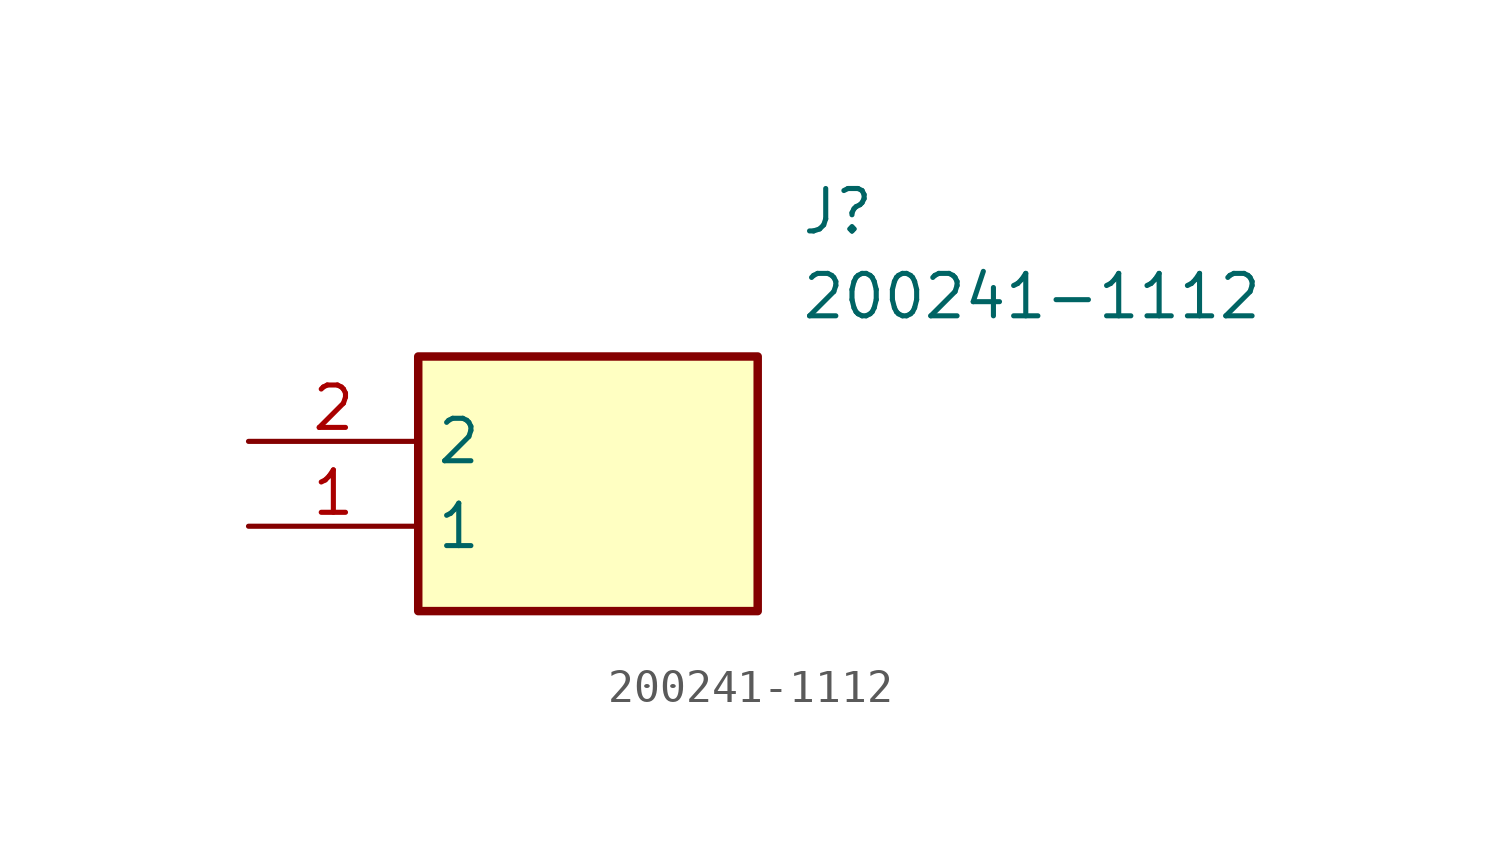
<source format=kicad_sym>
(kicad_symbol_lib
  (version 20211014)
  (generator SamacSys_ECAD_Model)
  (symbol "200241-1112"
    (property "Reference" "J"
      (at 16.51 7.62 0)
      (effects (font (size 1.27 1.27)) (justify left top)))
    (property "Value" "200241-1112"
      (at 16.51 5.08 0)
      (effects (font (size 1.27 1.27)) (justify left top)))
    (rectangle
      (start 5.08 2.54)
      (end 15.24 -5.08)
      (stroke (width 0.254) (type default))
      (fill (type background)))
    (pin passive line
      (at 0 -2.54 0)
      (length 5.08)
      (name "1" (effects (font (size 1.27 1.27))))
      (number "1" (effects (font (size 1.27 1.27)))))
    (pin passive line
      (at 0 0 0)
      (length 5.08)
      (name "2" (effects (font (size 1.27 1.27))))
      (number "2" (effects (font (size 1.27 1.27)))))))
</source>
